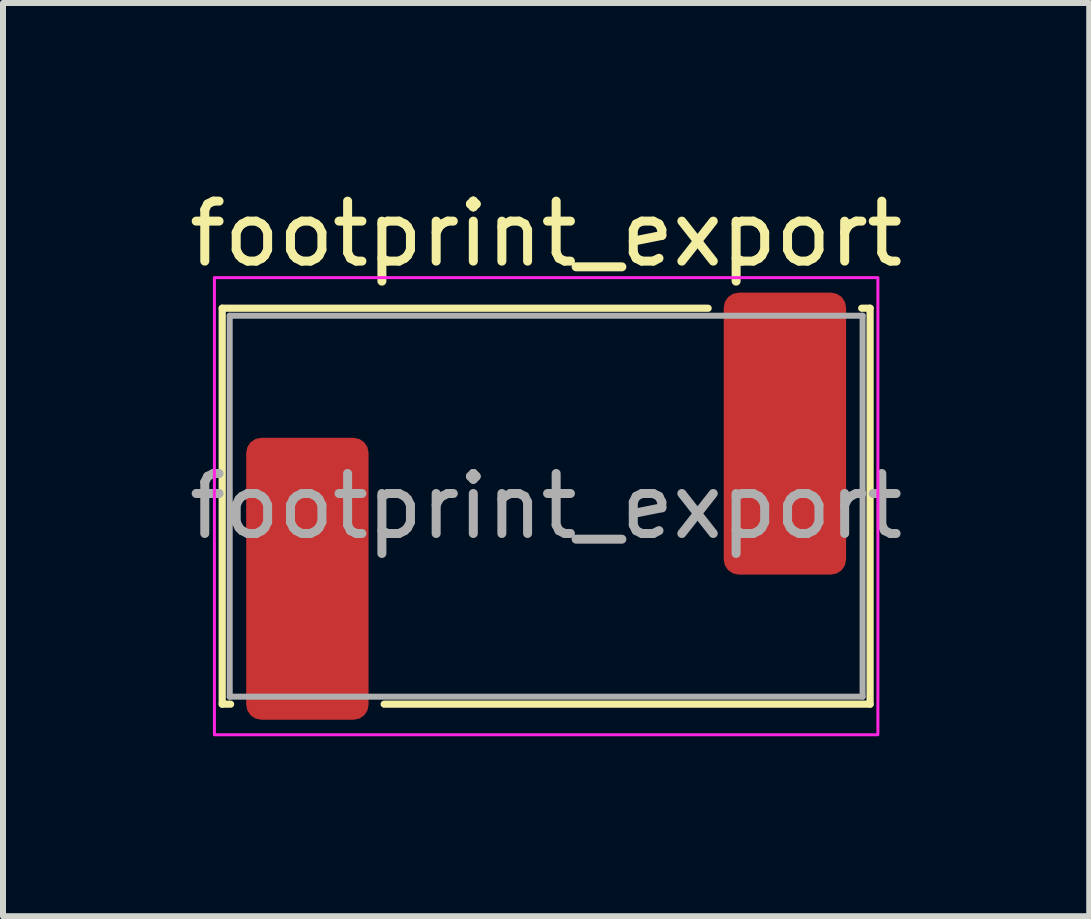
<source format=kicad_pcb>
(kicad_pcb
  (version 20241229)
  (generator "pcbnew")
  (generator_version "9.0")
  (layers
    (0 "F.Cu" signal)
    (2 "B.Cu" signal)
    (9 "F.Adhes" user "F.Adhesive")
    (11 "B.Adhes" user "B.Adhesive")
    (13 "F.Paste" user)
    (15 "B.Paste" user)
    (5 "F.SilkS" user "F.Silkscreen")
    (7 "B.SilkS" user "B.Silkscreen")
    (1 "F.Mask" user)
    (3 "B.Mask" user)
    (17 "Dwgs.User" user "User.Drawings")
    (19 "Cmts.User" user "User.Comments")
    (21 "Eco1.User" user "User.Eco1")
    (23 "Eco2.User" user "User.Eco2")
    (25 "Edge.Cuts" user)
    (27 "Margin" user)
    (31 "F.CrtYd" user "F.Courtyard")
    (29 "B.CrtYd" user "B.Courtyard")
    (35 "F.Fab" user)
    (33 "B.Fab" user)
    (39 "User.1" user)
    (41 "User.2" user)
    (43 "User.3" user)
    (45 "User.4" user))
  (footprint "footprint_export"
    (layer "F.Cu")
    (at 6.054 5.388)
    (property "Reference" "footprint_export" (at 0 -4.54 0) (unlocked yes) (layer "F.SilkS") (effects (font (size 1 1) (thickness 0.15))))
    (attr smd)
    (fp_line (start -5.4 -3.3) (end -5.4 3.3) (stroke (width 0.12) (type default)) (layer "F.SilkS"))
    (fp_line (start -5.4 3.3) (end -5.26 3.3) (stroke (width 0.12) (type default)) (layer "F.SilkS"))
    (fp_line (start -2.7 3.3) (end 5.4 3.3) (stroke (width 0.12) (type default)) (layer "F.SilkS"))
    (fp_line (start 2.7 -3.3) (end -5.4 -3.3) (stroke (width 0.12) (type default)) (layer "F.SilkS"))
    (fp_line (start 5.4 -3.3) (end 5.26 -3.3) (stroke (width 0.12) (type default)) (layer "F.SilkS"))
    (fp_line (start 5.4 3.3) (end 5.4 -3.3) (stroke (width 0.12) (type default)) (layer "F.SilkS"))
    (fp_rect (start 5.53 -3.81) (end -5.53 3.81) (stroke (width 0.05) (type default)) (fill no) (layer "F.CrtYd"))
    (fp_line (start -5.275 -3.175) (end -5.275 3.175) (stroke (width 0.1) (type default)) (layer "F.Fab"))
    (fp_line (start -5.275 3.175) (end 5.275 3.175) (stroke (width 0.1) (type default)) (layer "F.Fab"))
    (fp_line (start 5.275 -3.175) (end -5.275 -3.175) (stroke (width 0.1) (type default)) (layer "F.Fab"))
    (fp_line (start 5.275 3.175) (end 5.275 -3.175) (stroke (width 0.1) (type default)) (layer "F.Fab"))
    (fp_text user "${REFERENCE}" (at 0 0 0) (unlocked yes) (layer "F.Fab") (effects (font (size 1 1) (thickness 0.15))))
    (pad "1" smd roundrect (at -3.98 1.21 180) (size 2.04 4.7) (layers "F.Cu" "F.Mask" "F.Paste") (roundrect_rratio 0.123))
    (pad "2" smd roundrect (at 3.98 -1.21 180) (size 2.04 4.7) (layers "F.Cu" "F.Mask" "F.Paste") (roundrect_rratio 0.123)))
  (gr_rect
    (start -3 -3)
    (end 15.107 12.223)
    (stroke (width 0.1) (type default))
    (fill no)
    (layer "Edge.Cuts")))
</source>
